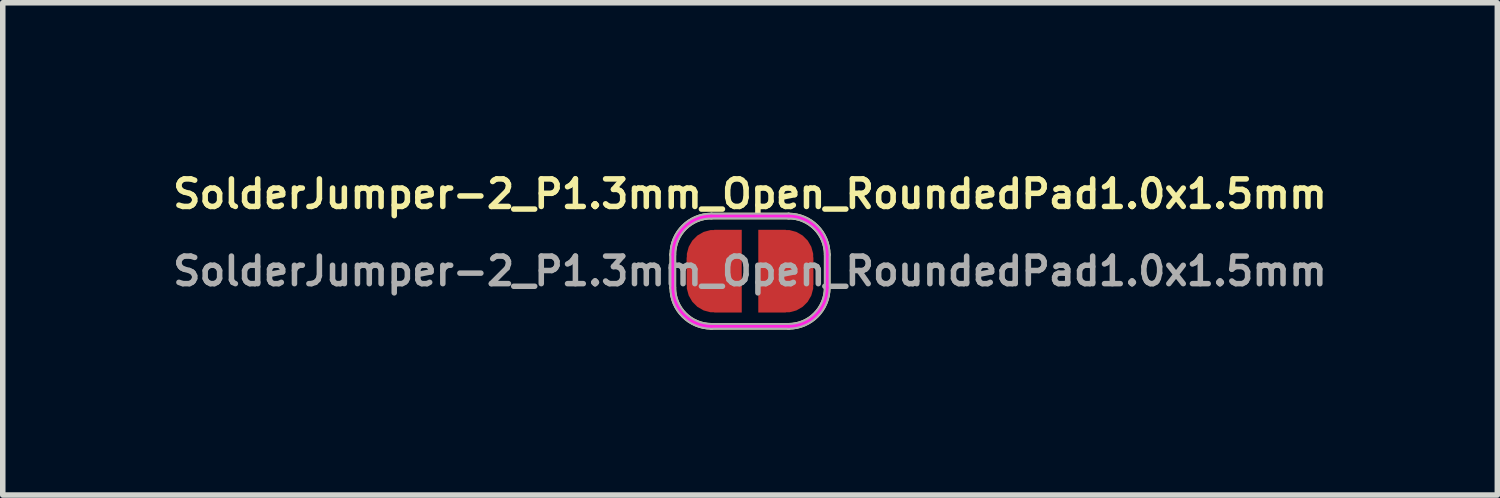
<source format=kicad_pcb>
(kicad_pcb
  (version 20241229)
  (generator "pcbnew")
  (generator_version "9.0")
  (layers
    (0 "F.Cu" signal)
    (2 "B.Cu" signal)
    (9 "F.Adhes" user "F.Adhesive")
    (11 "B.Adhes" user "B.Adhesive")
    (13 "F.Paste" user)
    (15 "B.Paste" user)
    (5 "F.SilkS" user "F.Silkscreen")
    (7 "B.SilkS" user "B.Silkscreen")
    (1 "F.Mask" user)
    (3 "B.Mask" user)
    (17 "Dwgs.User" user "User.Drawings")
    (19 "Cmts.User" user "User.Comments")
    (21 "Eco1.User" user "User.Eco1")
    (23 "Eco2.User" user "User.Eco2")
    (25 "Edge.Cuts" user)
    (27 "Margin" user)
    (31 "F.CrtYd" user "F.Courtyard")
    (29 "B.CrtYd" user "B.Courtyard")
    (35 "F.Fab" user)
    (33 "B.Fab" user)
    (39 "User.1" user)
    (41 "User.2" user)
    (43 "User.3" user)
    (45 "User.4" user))
  (footprint "SolderJumper-2_P1.3mm_Open_RoundedPad1.0x1.5mm"
    (layer "F.Cu")
    (at 10.552 1.868)
    (property "Reference" "SolderJumper-2_P1.3mm_Open_RoundedPad1.0x1.5mm" (at 0 -1.4 0) (layer "F.SilkS") (effects (font (size 0.5 0.5) (thickness 0.1))))
    (attr exclude_from_pos_files exclude_from_bom)
    (fp_poly (pts (xy -0.65 0.75) (xy 0.65 0.75) (xy 0.65 -0.75) (xy -0.65 -0.75)) (stroke (width 0) (type solid)) (fill yes) (layer "F.Mask"))
    (fp_line (start -1.4 0.3) (end -1.4 -0.3) (stroke (width 0.12) (type solid)) (layer "F.SilkS"))
    (fp_line (start -0.7 -1) (end 0.7 -1) (stroke (width 0.12) (type solid)) (layer "F.SilkS"))
    (fp_line (start 0.7 1) (end -0.7 1) (stroke (width 0.12) (type solid)) (layer "F.SilkS"))
    (fp_line (start 1.4 -0.3) (end 1.4 0.3) (stroke (width 0.12) (type solid)) (layer "F.SilkS"))
    (fp_arc (start -1.4 -0.3) (mid -1.194975 -0.794975) (end -0.7 -1) (stroke (width 0.12) (type solid)) (layer "F.SilkS"))
    (fp_arc (start -0.7 1) (mid -1.194975 0.794975) (end -1.4 0.3) (stroke (width 0.12) (type solid)) (layer "F.SilkS"))
    (fp_arc (start 0.7 -1) (mid 1.194975 -0.794975) (end 1.4 -0.3) (stroke (width 0.12) (type solid)) (layer "F.SilkS"))
    (fp_arc (start 1.4 0.3) (mid 1.194975 0.794975) (end 0.7 1) (stroke (width 0.12) (type solid)) (layer "F.SilkS"))
    (fp_line (start -1.4 0.3) (end -1.4 -0.3) (stroke (width 0.05) (type solid)) (layer "F.CrtYd"))
    (fp_line (start -0.7 -1) (end 0.7 -1) (stroke (width 0.05) (type solid)) (layer "F.CrtYd"))
    (fp_line (start 0.7 1) (end -0.7 1) (stroke (width 0.05) (type solid)) (layer "F.CrtYd"))
    (fp_line (start 1.4 -0.3) (end 1.4 0.3) (stroke (width 0.05) (type solid)) (layer "F.CrtYd"))
    (fp_arc (start -1.4 -0.3) (mid -1.194975 -0.794975) (end -0.7 -1) (stroke (width 0.05) (type solid)) (layer "F.CrtYd"))
    (fp_arc (start -0.7 1) (mid -1.194975 0.794975) (end -1.4 0.3) (stroke (width 0.05) (type solid)) (layer "F.CrtYd"))
    (fp_arc (start 0.7 -1) (mid 1.194975 -0.794975) (end 1.4 -0.3) (stroke (width 0.05) (type solid)) (layer "F.CrtYd"))
    (fp_arc (start 1.4 0.3) (mid 1.194975 0.794975) (end 0.7 1) (stroke (width 0.05) (type solid)) (layer "F.CrtYd"))
    (fp_line (start -1.4 0.3) (end -1.4 -0.3) (stroke (width 0.12) (type solid)) (layer "F.Fab"))
    (fp_line (start -0.7 -1) (end 0.7 -1) (stroke (width 0.12) (type solid)) (layer "F.Fab"))
    (fp_line (start 0.7 1) (end -0.7 1) (stroke (width 0.12) (type solid)) (layer "F.Fab"))
    (fp_line (start 1.4 -0.3) (end 1.4 0.3) (stroke (width 0.12) (type solid)) (layer "F.Fab"))
    (fp_arc (start -1.4 -0.3) (mid -1.194975 -0.794975) (end -0.7 -1) (stroke (width 0.12) (type solid)) (layer "F.Fab"))
    (fp_arc (start -0.7 1) (mid -1.194975 0.794975) (end -1.4 0.3) (stroke (width 0.12) (type solid)) (layer "F.Fab"))
    (fp_arc (start 0.7 -1) (mid 1.194975 -0.794975) (end 1.4 -0.3) (stroke (width 0.12) (type solid)) (layer "F.Fab"))
    (fp_arc (start 1.4 0.3) (mid 1.194975 0.794975) (end 0.7 1) (stroke (width 0.12) (type solid)) (layer "F.Fab"))
    (fp_text user "${REFERENCE}" (at 0 0 0) (layer "F.Fab") (effects (font (size 0.5 0.5) (thickness 0.1))))
    (pad "1" smd custom (at -0.65 0) (size 1 0.5) (layers "F.Cu" "F.Mask") (options (anchor rect)) (primitives (gr_circle (center 0 0.25) (end 0.5 0.25) (width 0) (fill yes)) (gr_circle (center 0 -0.25) (end 0.5 -0.25) (width 0) (fill yes)) (gr_poly (pts (xy 0 -0.75) (xy 0.5 -0.75) (xy 0.5 0.75) (xy 0 0.75)) (width 0) (fill yes))))
    (pad "2" smd custom (at 0.65 0) (size 1 0.5) (layers "F.Cu" "F.Mask") (options (anchor rect)) (primitives (gr_circle (center 0 0.25) (end 0.5 0.25) (width 0) (fill yes)) (gr_circle (center 0 -0.25) (end 0.5 -0.25) (width 0) (fill yes)) (gr_poly (pts (xy 0 -0.75) (xy -0.5 -0.75) (xy -0.5 0.75) (xy 0 0.75)) (width 0) (fill yes)))))
  (gr_rect
    (start -3 -3)
    (end 24.105 5.928)
    (stroke (width 0.1) (type default))
    (fill no)
    (layer "Edge.Cuts")))
</source>
